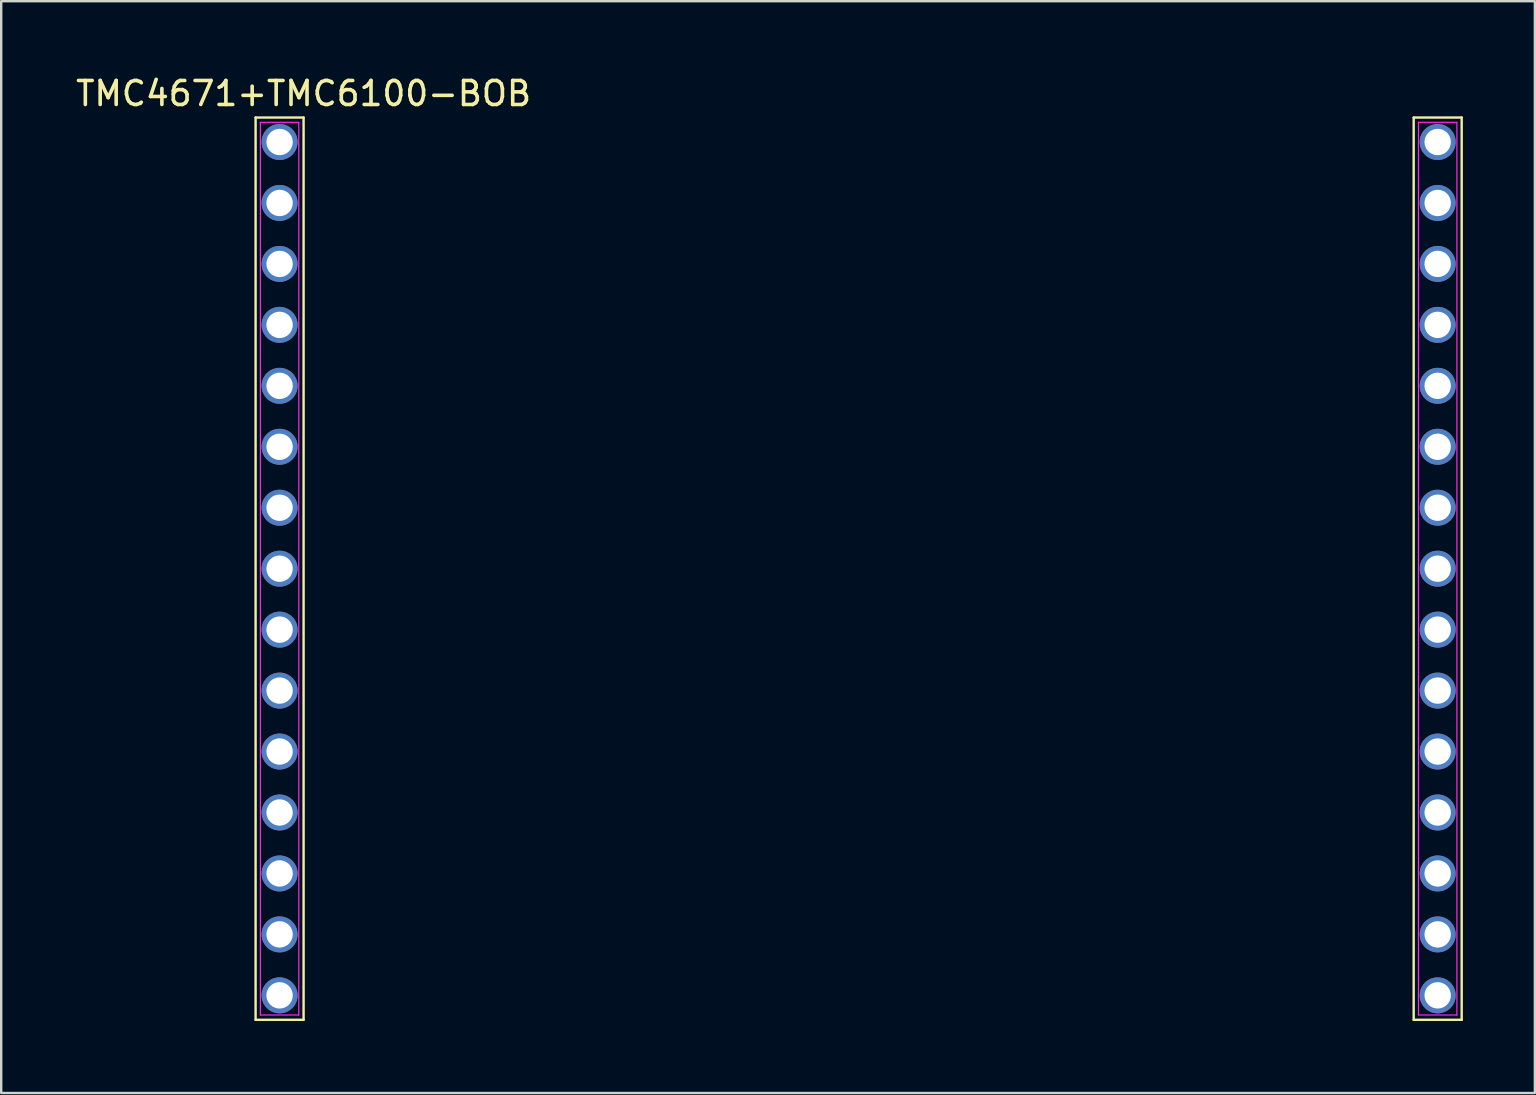
<source format=kicad_pcb>
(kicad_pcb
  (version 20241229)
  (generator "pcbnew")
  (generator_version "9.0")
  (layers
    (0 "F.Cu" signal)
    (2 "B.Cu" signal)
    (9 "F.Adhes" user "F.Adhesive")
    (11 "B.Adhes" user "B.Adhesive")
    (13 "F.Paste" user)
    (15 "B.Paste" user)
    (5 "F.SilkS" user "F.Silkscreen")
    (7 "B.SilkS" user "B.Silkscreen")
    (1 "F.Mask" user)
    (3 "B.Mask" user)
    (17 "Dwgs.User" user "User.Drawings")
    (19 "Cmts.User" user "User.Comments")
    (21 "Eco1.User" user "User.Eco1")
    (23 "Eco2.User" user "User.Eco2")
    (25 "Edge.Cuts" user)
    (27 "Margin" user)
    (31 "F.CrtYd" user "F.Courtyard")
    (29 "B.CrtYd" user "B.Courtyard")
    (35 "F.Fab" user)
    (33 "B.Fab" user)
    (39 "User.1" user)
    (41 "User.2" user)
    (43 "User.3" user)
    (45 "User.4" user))
  (footprint "TMC4671+TMC6100-BOB"
    (layer "F.Cu")
    (at 8.601 2.848)
    (property "Reference" "TMC4671+TMC6100-BOB" (at 1 -2 0) (layer "F.SilkS") (effects (font (size 1 1) (thickness 0.15))))
    (attr through_hole)
    (fp_line (start -1 -1) (end -1 36.6) (stroke (width 0.1) (type default)) (layer "F.SilkS"))
    (fp_line (start -1 36.6) (end 1 36.6) (stroke (width 0.1) (type default)) (layer "F.SilkS"))
    (fp_line (start 1 -1) (end -1 -1) (stroke (width 0.1) (type default)) (layer "F.SilkS"))
    (fp_line (start 1 -1) (end 1 36.6) (stroke (width 0.1) (type default)) (layer "F.SilkS"))
    (fp_line (start 47.26 36.6) (end 47.26 -1) (stroke (width 0.1) (type default)) (layer "F.SilkS"))
    (fp_line (start 49.26 -1) (end 47.26 -1) (stroke (width 0.1) (type default)) (layer "F.SilkS"))
    (fp_line (start 49.26 36.6) (end 47.26 36.6) (stroke (width 0.1) (type default)) (layer "F.SilkS"))
    (fp_line (start 49.26 36.6) (end 49.26 -1) (stroke (width 0.1) (type default)) (layer "F.SilkS"))
    (fp_line (start -0.8 -0.8) (end 0.8 -0.8) (stroke (width 0.05) (type default)) (layer "F.CrtYd"))
    (fp_line (start -0.8 36.4) (end -0.8 -0.8) (stroke (width 0.05) (type default)) (layer "F.CrtYd"))
    (fp_line (start 0.8 -0.8) (end 0.8 36.4) (stroke (width 0.05) (type default)) (layer "F.CrtYd"))
    (fp_line (start 0.8 36.4) (end -0.8 36.4) (stroke (width 0.05) (type default)) (layer "F.CrtYd"))
    (fp_line (start 47.46 -0.8) (end 47.46 36.4) (stroke (width 0.05) (type default)) (layer "F.CrtYd"))
    (fp_line (start 47.46 36.4) (end 49.06 36.4) (stroke (width 0.05) (type default)) (layer "F.CrtYd"))
    (fp_line (start 49.06 -0.8) (end 47.46 -0.8) (stroke (width 0.05) (type default)) (layer "F.CrtYd"))
    (fp_line (start 49.06 -0.8) (end 49.06 36.4) (stroke (width 0.05) (type default)) (layer "F.CrtYd"))
    (pad "1" thru_hole circle (at 0 0.02 270) (size 1.5 1.5) (drill 1.1) (layers "*.Cu" "*.Mask"))
    (pad "2" thru_hole circle (at 0 2.56 270) (size 1.5 1.5) (drill 1.1) (layers "*.Cu" "*.Mask"))
    (pad "3" thru_hole circle (at 0 5.1 270) (size 1.5 1.5) (drill 1.1) (layers "*.Cu" "*.Mask"))
    (pad "4" thru_hole circle (at 0 7.64 270) (size 1.5 1.5) (drill 1.1) (layers "*.Cu" "*.Mask"))
    (pad "5" thru_hole circle (at 0 10.18 270) (size 1.5 1.5) (drill 1.1) (layers "*.Cu" "*.Mask"))
    (pad "6" thru_hole circle (at 0 12.72 270) (size 1.5 1.5) (drill 1.1) (layers "*.Cu" "*.Mask"))
    (pad "7" thru_hole circle (at 0 15.26 270) (size 1.5 1.5) (drill 1.1) (layers "*.Cu" "*.Mask"))
    (pad "8" thru_hole circle (at 0 17.8 270) (size 1.5 1.5) (drill 1.1) (layers "*.Cu" "*.Mask"))
    (pad "9" thru_hole circle (at 0 20.34 270) (size 1.5 1.5) (drill 1.1) (layers "*.Cu" "*.Mask"))
    (pad "10" thru_hole circle (at 0 22.88 270) (size 1.5 1.5) (drill 1.1) (layers "*.Cu" "*.Mask"))
    (pad "11" thru_hole circle (at 0 25.42 270) (size 1.5 1.5) (drill 1.1) (layers "*.Cu" "*.Mask"))
    (pad "12" thru_hole circle (at 0 27.96 270) (size 1.5 1.5) (drill 1.1) (layers "*.Cu" "*.Mask"))
    (pad "13" thru_hole circle (at 0 30.5 270) (size 1.5 1.5) (drill 1.1) (layers "*.Cu" "*.Mask"))
    (pad "14" thru_hole circle (at 0 33.04 270) (size 1.5 1.5) (drill 1.1) (layers "*.Cu" "*.Mask"))
    (pad "15" thru_hole circle (at 0 35.58 270) (size 1.5 1.5) (drill 1.1) (layers "*.Cu" "*.Mask"))
    (pad "16" thru_hole circle (at 48.26 35.58 270) (size 1.5 1.5) (drill 1.1) (layers "*.Cu" "*.Mask"))
    (pad "17" thru_hole circle (at 48.26 33.04 270) (size 1.5 1.5) (drill 1.1) (layers "*.Cu" "*.Mask"))
    (pad "18" thru_hole circle (at 48.26 30.5 270) (size 1.5 1.5) (drill 1.1) (layers "*.Cu" "*.Mask"))
    (pad "19" thru_hole circle (at 48.26 27.96 270) (size 1.5 1.5) (drill 1.1) (layers "*.Cu" "*.Mask"))
    (pad "20" thru_hole circle (at 48.26 25.42 270) (size 1.5 1.5) (drill 1.1) (layers "*.Cu" "*.Mask"))
    (pad "21" thru_hole circle (at 48.26 22.88 270) (size 1.5 1.5) (drill 1.1) (layers "*.Cu" "*.Mask"))
    (pad "22" thru_hole circle (at 48.26 20.34 270) (size 1.5 1.5) (drill 1.1) (layers "*.Cu" "*.Mask"))
    (pad "23" thru_hole circle (at 48.26 17.8 270) (size 1.5 1.5) (drill 1.1) (layers "*.Cu" "*.Mask"))
    (pad "24" thru_hole circle (at 48.26 15.26 270) (size 1.5 1.5) (drill 1.1) (layers "*.Cu" "*.Mask"))
    (pad "25" thru_hole circle (at 48.26 12.72 270) (size 1.5 1.5) (drill 1.1) (layers "*.Cu" "*.Mask"))
    (pad "26" thru_hole circle (at 48.26 10.18 270) (size 1.5 1.5) (drill 1.1) (layers "*.Cu" "*.Mask"))
    (pad "27" thru_hole circle (at 48.26 7.64 270) (size 1.5 1.5) (drill 1.1) (layers "*.Cu" "*.Mask"))
    (pad "28" thru_hole circle (at 48.26 5.1 270) (size 1.5 1.5) (drill 1.1) (layers "*.Cu" "*.Mask"))
    (pad "29" thru_hole circle (at 48.26 2.56 270) (size 1.5 1.5) (drill 1.1) (layers "*.Cu" "*.Mask"))
    (pad "30" thru_hole circle (at 48.26 0.02 270) (size 1.5 1.5) (drill 1.1) (layers "*.Cu" "*.Mask")))
  (gr_rect
    (start -3 -3)
    (end 60.911 42.498)
    (stroke (width 0.1) (type default))
    (fill no)
    (layer "Edge.Cuts")))
</source>
